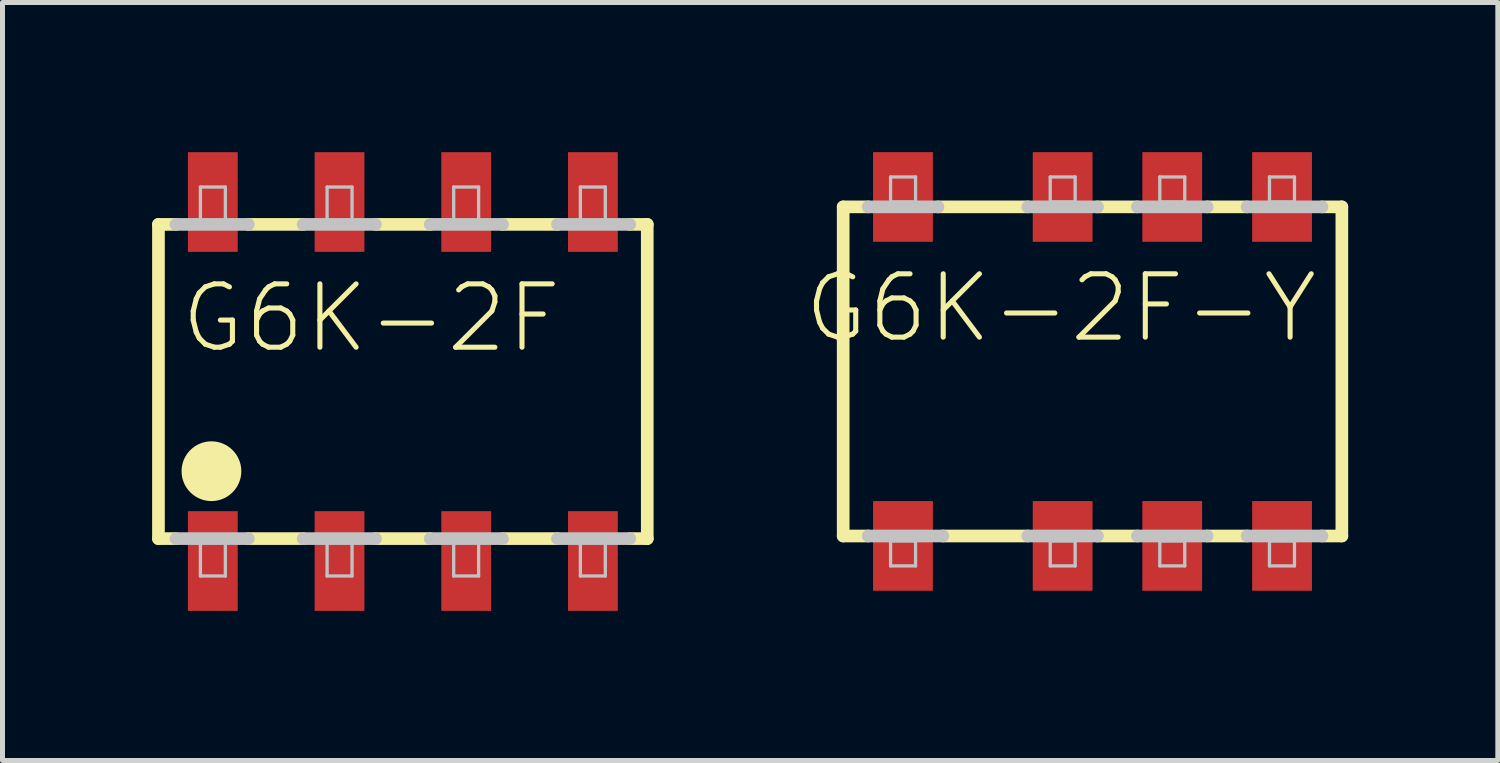
<source format=kicad_pcb>
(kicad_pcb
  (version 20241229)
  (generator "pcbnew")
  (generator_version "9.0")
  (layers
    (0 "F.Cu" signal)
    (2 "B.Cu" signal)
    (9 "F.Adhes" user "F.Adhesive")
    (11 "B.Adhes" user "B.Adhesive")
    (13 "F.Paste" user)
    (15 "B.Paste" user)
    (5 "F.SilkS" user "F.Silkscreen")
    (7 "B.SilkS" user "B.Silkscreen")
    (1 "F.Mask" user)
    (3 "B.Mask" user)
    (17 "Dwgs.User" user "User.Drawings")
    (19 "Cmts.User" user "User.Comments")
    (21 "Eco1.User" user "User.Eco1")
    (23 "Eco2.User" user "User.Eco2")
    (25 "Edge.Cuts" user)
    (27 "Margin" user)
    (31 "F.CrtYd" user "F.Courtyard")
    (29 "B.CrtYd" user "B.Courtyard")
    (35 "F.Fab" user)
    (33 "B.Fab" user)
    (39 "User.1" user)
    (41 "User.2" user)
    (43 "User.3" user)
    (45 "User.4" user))
  (footprint "G6K-2F-Y"
    (layer "F.Cu")
    (at 18.854 4.397)
    (property "Reference" "G6K-2F-Y" (at -0.635 -1.27 0) (layer "F.SilkS") (effects (font (size 1.27 1.27) (thickness 0.102))))
    (attr smd)
    (fp_line (start -4.999 -3.299) (end -4.498 -3.299) (stroke (width 0.254) (type solid)) (layer "F.SilkS"))
    (fp_line (start -4.999 3.299) (end -4.999 -3.299) (stroke (width 0.254) (type solid)) (layer "F.SilkS"))
    (fp_line (start -4.999 3.299) (end -4.498 3.299) (stroke (width 0.254) (type solid)) (layer "F.SilkS"))
    (fp_line (start -3.099 -3.299) (end -1.298 -3.299) (stroke (width 0.254) (type solid)) (layer "F.SilkS"))
    (fp_line (start -1.298 3.299) (end -3 3.299) (stroke (width 0.254) (type solid)) (layer "F.SilkS"))
    (fp_line (start 0.099 -3.299) (end 0.899 -3.299) (stroke (width 0.254) (type solid)) (layer "F.SilkS"))
    (fp_line (start 0.899 3.299) (end 0.099 3.299) (stroke (width 0.254) (type solid)) (layer "F.SilkS"))
    (fp_line (start 2.299 -3.299) (end 3.099 -3.299) (stroke (width 0.254) (type solid)) (layer "F.SilkS"))
    (fp_line (start 3.099 3.299) (end 2.299 3.299) (stroke (width 0.254) (type solid)) (layer "F.SilkS"))
    (fp_line (start 4.999 -3.299) (end 4.6 -3.299) (stroke (width 0.254) (type solid)) (layer "F.SilkS"))
    (fp_line (start 4.999 -3.299) (end 4.999 3.299) (stroke (width 0.254) (type solid)) (layer "F.SilkS"))
    (fp_line (start 4.999 3.299) (end 4.6 3.299) (stroke (width 0.254) (type solid)) (layer "F.SilkS"))
    (fp_line (start -4.498 -3.299) (end -3.099 -3.299) (stroke (width 0.254) (type solid)) (layer "Dwgs.User"))
    (fp_line (start -4.049 -3.899) (end -3.548 -3.899) (stroke (width 0.066) (type solid)) (layer "Dwgs.User"))
    (fp_line (start -4.049 -3.399) (end -4.049 -3.899) (stroke (width 0.066) (type solid)) (layer "Dwgs.User"))
    (fp_line (start -4.049 -3.399) (end -3.548 -3.399) (stroke (width 0.066) (type solid)) (layer "Dwgs.User"))
    (fp_line (start -4.049 3.399) (end -3.548 3.399) (stroke (width 0.066) (type solid)) (layer "Dwgs.User"))
    (fp_line (start -4.049 3.899) (end -4.049 3.399) (stroke (width 0.066) (type solid)) (layer "Dwgs.User"))
    (fp_line (start -4.049 3.899) (end -3.548 3.899) (stroke (width 0.066) (type solid)) (layer "Dwgs.User"))
    (fp_line (start -3.548 -3.399) (end -3.548 -3.899) (stroke (width 0.066) (type solid)) (layer "Dwgs.User"))
    (fp_line (start -3.548 3.899) (end -3.548 3.399) (stroke (width 0.066) (type solid)) (layer "Dwgs.User"))
    (fp_line (start -3 3.299) (end -4.498 3.299) (stroke (width 0.254) (type solid)) (layer "Dwgs.User"))
    (fp_line (start -1.298 -3.299) (end 0.099 -3.299) (stroke (width 0.254) (type solid)) (layer "Dwgs.User"))
    (fp_line (start -0.848 -3.899) (end -0.348 -3.899) (stroke (width 0.066) (type solid)) (layer "Dwgs.User"))
    (fp_line (start -0.848 -3.399) (end -0.848 -3.899) (stroke (width 0.066) (type solid)) (layer "Dwgs.User"))
    (fp_line (start -0.848 -3.399) (end -0.348 -3.399) (stroke (width 0.066) (type solid)) (layer "Dwgs.User"))
    (fp_line (start -0.848 3.399) (end -0.348 3.399) (stroke (width 0.066) (type solid)) (layer "Dwgs.User"))
    (fp_line (start -0.848 3.899) (end -0.848 3.399) (stroke (width 0.066) (type solid)) (layer "Dwgs.User"))
    (fp_line (start -0.848 3.899) (end -0.348 3.899) (stroke (width 0.066) (type solid)) (layer "Dwgs.User"))
    (fp_line (start -0.348 -3.399) (end -0.348 -3.899) (stroke (width 0.066) (type solid)) (layer "Dwgs.User"))
    (fp_line (start -0.348 3.899) (end -0.348 3.399) (stroke (width 0.066) (type solid)) (layer "Dwgs.User"))
    (fp_line (start 0.099 3.299) (end -1.298 3.299) (stroke (width 0.254) (type solid)) (layer "Dwgs.User"))
    (fp_line (start 0.899 -3.299) (end 2.299 -3.299) (stroke (width 0.254) (type solid)) (layer "Dwgs.User"))
    (fp_line (start 1.349 -3.899) (end 1.849 -3.899) (stroke (width 0.066) (type solid)) (layer "Dwgs.User"))
    (fp_line (start 1.349 -3.399) (end 1.349 -3.899) (stroke (width 0.066) (type solid)) (layer "Dwgs.User"))
    (fp_line (start 1.349 -3.399) (end 1.849 -3.399) (stroke (width 0.066) (type solid)) (layer "Dwgs.User"))
    (fp_line (start 1.349 3.399) (end 1.849 3.399) (stroke (width 0.066) (type solid)) (layer "Dwgs.User"))
    (fp_line (start 1.349 3.899) (end 1.349 3.399) (stroke (width 0.066) (type solid)) (layer "Dwgs.User"))
    (fp_line (start 1.349 3.899) (end 1.849 3.899) (stroke (width 0.066) (type solid)) (layer "Dwgs.User"))
    (fp_line (start 1.849 -3.399) (end 1.849 -3.899) (stroke (width 0.066) (type solid)) (layer "Dwgs.User"))
    (fp_line (start 1.849 3.899) (end 1.849 3.399) (stroke (width 0.066) (type solid)) (layer "Dwgs.User"))
    (fp_line (start 2.299 3.299) (end 0.899 3.299) (stroke (width 0.254) (type solid)) (layer "Dwgs.User"))
    (fp_line (start 3.099 -3.299) (end 4.6 -3.299) (stroke (width 0.254) (type solid)) (layer "Dwgs.User"))
    (fp_line (start 3.548 -3.899) (end 4.049 -3.899) (stroke (width 0.066) (type solid)) (layer "Dwgs.User"))
    (fp_line (start 3.548 -3.399) (end 3.548 -3.899) (stroke (width 0.066) (type solid)) (layer "Dwgs.User"))
    (fp_line (start 3.548 -3.399) (end 4.049 -3.399) (stroke (width 0.066) (type solid)) (layer "Dwgs.User"))
    (fp_line (start 3.548 3.399) (end 4.049 3.399) (stroke (width 0.066) (type solid)) (layer "Dwgs.User"))
    (fp_line (start 3.548 3.899) (end 3.548 3.399) (stroke (width 0.066) (type solid)) (layer "Dwgs.User"))
    (fp_line (start 3.548 3.899) (end 4.049 3.899) (stroke (width 0.066) (type solid)) (layer "Dwgs.User"))
    (fp_line (start 4.049 -3.399) (end 4.049 -3.899) (stroke (width 0.066) (type solid)) (layer "Dwgs.User"))
    (fp_line (start 4.049 3.899) (end 4.049 3.399) (stroke (width 0.066) (type solid)) (layer "Dwgs.User"))
    (fp_line (start 4.6 3.299) (end 3.099 3.299) (stroke (width 0.254) (type solid)) (layer "Dwgs.User"))
    (pad "1" smd rect (at -3.8 3.498) (size 1.199 1.798) (layers "F.Cu" "F.Mask" "F.Paste"))
    (pad "2" smd rect (at -0.599 3.498) (size 1.199 1.798) (layers "F.Cu" "F.Mask" "F.Paste"))
    (pad "3" smd rect (at 1.598 3.498) (size 1.199 1.798) (layers "F.Cu" "F.Mask" "F.Paste"))
    (pad "4" smd rect (at 3.8 3.498) (size 1.199 1.798) (layers "F.Cu" "F.Mask" "F.Paste"))
    (pad "5" smd rect (at 3.8 -3.498) (size 1.199 1.798) (layers "F.Cu" "F.Mask" "F.Paste"))
    (pad "6" smd rect (at 1.598 -3.498) (size 1.199 1.798) (layers "F.Cu" "F.Mask" "F.Paste"))
    (pad "7" smd rect (at -0.599 -3.498) (size 1.199 1.798) (layers "F.Cu" "F.Mask" "F.Paste"))
    (pad "8" smd rect (at -3.8 -3.498) (size 1.199 1.798) (layers "F.Cu" "F.Mask" "F.Paste")))
  (footprint "G6K-2F"
    (layer "F.Cu")
    (at 5.027 4.599)
    (property "Reference" "G6K-2F" (at -0.635 -1.27 0) (layer "F.SilkS") (effects (font (size 1.27 1.27) (thickness 0.102))))
    (attr smd)
    (fp_line (start -4.9 -3.15) (end -4.9 3.15) (stroke (width 0.254) (type solid)) (layer "F.SilkS"))
    (fp_line (start -4.9 -3.15) (end -4.549 -3.15) (stroke (width 0.254) (type solid)) (layer "F.SilkS"))
    (fp_line (start -4.9 3.15) (end -4.549 3.15) (stroke (width 0.254) (type solid)) (layer "F.SilkS"))
    (fp_line (start -3.099 -3.15) (end -1.999 -3.15) (stroke (width 0.254) (type solid)) (layer "F.SilkS"))
    (fp_line (start -3.099 3.15) (end -1.999 3.15) (stroke (width 0.254) (type solid)) (layer "F.SilkS"))
    (fp_line (start -0.549 -3.15) (end 0.549 -3.15) (stroke (width 0.254) (type solid)) (layer "F.SilkS"))
    (fp_line (start -0.549 3.15) (end 0.549 3.15) (stroke (width 0.254) (type solid)) (layer "F.SilkS"))
    (fp_line (start 1.999 -3.15) (end 3.099 -3.15) (stroke (width 0.254) (type solid)) (layer "F.SilkS"))
    (fp_line (start 1.999 3.15) (end 3.099 3.15) (stroke (width 0.254) (type solid)) (layer "F.SilkS"))
    (fp_line (start 4.9 -3.15) (end 4.549 -3.15) (stroke (width 0.254) (type solid)) (layer "F.SilkS"))
    (fp_line (start 4.9 3.15) (end 4.549 3.15) (stroke (width 0.254) (type solid)) (layer "F.SilkS"))
    (fp_line (start 4.9 3.15) (end 4.9 -3.15) (stroke (width 0.254) (type solid)) (layer "F.SilkS"))
    (fp_circle (center -3.838 1.798) (end -3.838 1.199) (stroke (width 0) (type solid)) (fill yes) (layer "F.SilkS"))
    (fp_line (start -4.549 -3.15) (end -3.099 -3.15) (stroke (width 0.254) (type solid)) (layer "Dwgs.User"))
    (fp_line (start -4.549 3.15) (end -3.099 3.15) (stroke (width 0.254) (type solid)) (layer "Dwgs.User"))
    (fp_line (start -4.059 -3.899) (end -3.559 -3.899) (stroke (width 0.066) (type solid)) (layer "Dwgs.User"))
    (fp_line (start -4.059 -3.198) (end -4.059 -3.899) (stroke (width 0.066) (type solid)) (layer "Dwgs.User"))
    (fp_line (start -4.059 -3.198) (end -3.559 -3.198) (stroke (width 0.066) (type solid)) (layer "Dwgs.User"))
    (fp_line (start -4.059 3.198) (end -3.559 3.198) (stroke (width 0.066) (type solid)) (layer "Dwgs.User"))
    (fp_line (start -4.059 3.899) (end -4.059 3.198) (stroke (width 0.066) (type solid)) (layer "Dwgs.User"))
    (fp_line (start -4.059 3.899) (end -3.559 3.899) (stroke (width 0.066) (type solid)) (layer "Dwgs.User"))
    (fp_line (start -3.559 -3.198) (end -3.559 -3.899) (stroke (width 0.066) (type solid)) (layer "Dwgs.User"))
    (fp_line (start -3.559 3.899) (end -3.559 3.198) (stroke (width 0.066) (type solid)) (layer "Dwgs.User"))
    (fp_line (start -1.999 -3.15) (end -0.549 -3.15) (stroke (width 0.254) (type solid)) (layer "Dwgs.User"))
    (fp_line (start -1.999 3.15) (end -0.549 3.15) (stroke (width 0.254) (type solid)) (layer "Dwgs.User"))
    (fp_line (start -1.519 -3.899) (end -1.019 -3.899) (stroke (width 0.066) (type solid)) (layer "Dwgs.User"))
    (fp_line (start -1.519 -3.198) (end -1.519 -3.899) (stroke (width 0.066) (type solid)) (layer "Dwgs.User"))
    (fp_line (start -1.519 -3.198) (end -1.019 -3.198) (stroke (width 0.066) (type solid)) (layer "Dwgs.User"))
    (fp_line (start -1.519 3.198) (end -1.019 3.198) (stroke (width 0.066) (type solid)) (layer "Dwgs.User"))
    (fp_line (start -1.519 3.899) (end -1.519 3.198) (stroke (width 0.066) (type solid)) (layer "Dwgs.User"))
    (fp_line (start -1.519 3.899) (end -1.019 3.899) (stroke (width 0.066) (type solid)) (layer "Dwgs.User"))
    (fp_line (start -1.019 -3.198) (end -1.019 -3.899) (stroke (width 0.066) (type solid)) (layer "Dwgs.User"))
    (fp_line (start -1.019 3.899) (end -1.019 3.198) (stroke (width 0.066) (type solid)) (layer "Dwgs.User"))
    (fp_line (start 0.549 -3.15) (end 1.999 -3.15) (stroke (width 0.254) (type solid)) (layer "Dwgs.User"))
    (fp_line (start 0.549 3.15) (end 1.999 3.15) (stroke (width 0.254) (type solid)) (layer "Dwgs.User"))
    (fp_line (start 1.019 -3.899) (end 1.519 -3.899) (stroke (width 0.066) (type solid)) (layer "Dwgs.User"))
    (fp_line (start 1.019 -3.198) (end 1.019 -3.899) (stroke (width 0.066) (type solid)) (layer "Dwgs.User"))
    (fp_line (start 1.019 -3.198) (end 1.519 -3.198) (stroke (width 0.066) (type solid)) (layer "Dwgs.User"))
    (fp_line (start 1.019 3.198) (end 1.519 3.198) (stroke (width 0.066) (type solid)) (layer "Dwgs.User"))
    (fp_line (start 1.019 3.899) (end 1.019 3.198) (stroke (width 0.066) (type solid)) (layer "Dwgs.User"))
    (fp_line (start 1.019 3.899) (end 1.519 3.899) (stroke (width 0.066) (type solid)) (layer "Dwgs.User"))
    (fp_line (start 1.519 -3.198) (end 1.519 -3.899) (stroke (width 0.066) (type solid)) (layer "Dwgs.User"))
    (fp_line (start 1.519 3.899) (end 1.519 3.198) (stroke (width 0.066) (type solid)) (layer "Dwgs.User"))
    (fp_line (start 3.099 -3.15) (end 4.549 -3.15) (stroke (width 0.254) (type solid)) (layer "Dwgs.User"))
    (fp_line (start 3.099 3.15) (end 4.549 3.15) (stroke (width 0.254) (type solid)) (layer "Dwgs.User"))
    (fp_line (start 3.559 -3.899) (end 4.059 -3.899) (stroke (width 0.066) (type solid)) (layer "Dwgs.User"))
    (fp_line (start 3.559 -3.198) (end 3.559 -3.899) (stroke (width 0.066) (type solid)) (layer "Dwgs.User"))
    (fp_line (start 3.559 -3.198) (end 4.059 -3.198) (stroke (width 0.066) (type solid)) (layer "Dwgs.User"))
    (fp_line (start 3.559 3.198) (end 4.059 3.198) (stroke (width 0.066) (type solid)) (layer "Dwgs.User"))
    (fp_line (start 3.559 3.899) (end 3.559 3.198) (stroke (width 0.066) (type solid)) (layer "Dwgs.User"))
    (fp_line (start 3.559 3.899) (end 4.059 3.899) (stroke (width 0.066) (type solid)) (layer "Dwgs.User"))
    (fp_line (start 4.059 -3.198) (end 4.059 -3.899) (stroke (width 0.066) (type solid)) (layer "Dwgs.User"))
    (fp_line (start 4.059 3.899) (end 4.059 3.198) (stroke (width 0.066) (type solid)) (layer "Dwgs.User"))
    (pad "1" smd rect (at -3.81 3.599) (size 0.998 1.999) (layers "F.Cu" "F.Mask" "F.Paste"))
    (pad "2" smd rect (at -1.27 3.599) (size 0.998 1.999) (layers "F.Cu" "F.Mask" "F.Paste"))
    (pad "3" smd rect (at 1.27 3.599) (size 0.998 1.999) (layers "F.Cu" "F.Mask" "F.Paste"))
    (pad "4" smd rect (at 3.81 3.599) (size 0.998 1.999) (layers "F.Cu" "F.Mask" "F.Paste"))
    (pad "5" smd rect (at 3.81 -3.599) (size 0.998 1.999) (layers "F.Cu" "F.Mask" "F.Paste"))
    (pad "6" smd rect (at 1.27 -3.599) (size 0.998 1.999) (layers "F.Cu" "F.Mask" "F.Paste"))
    (pad "7" smd rect (at -1.27 -3.599) (size 0.998 1.999) (layers "F.Cu" "F.Mask" "F.Paste"))
    (pad "8" smd rect (at -3.81 -3.599) (size 0.998 1.999) (layers "F.Cu" "F.Mask" "F.Paste")))
  (gr_rect
    (start -3 -3)
    (end 26.98 12.197)
    (stroke (width 0.1) (type default))
    (fill no)
    (layer "Edge.Cuts")))
</source>
